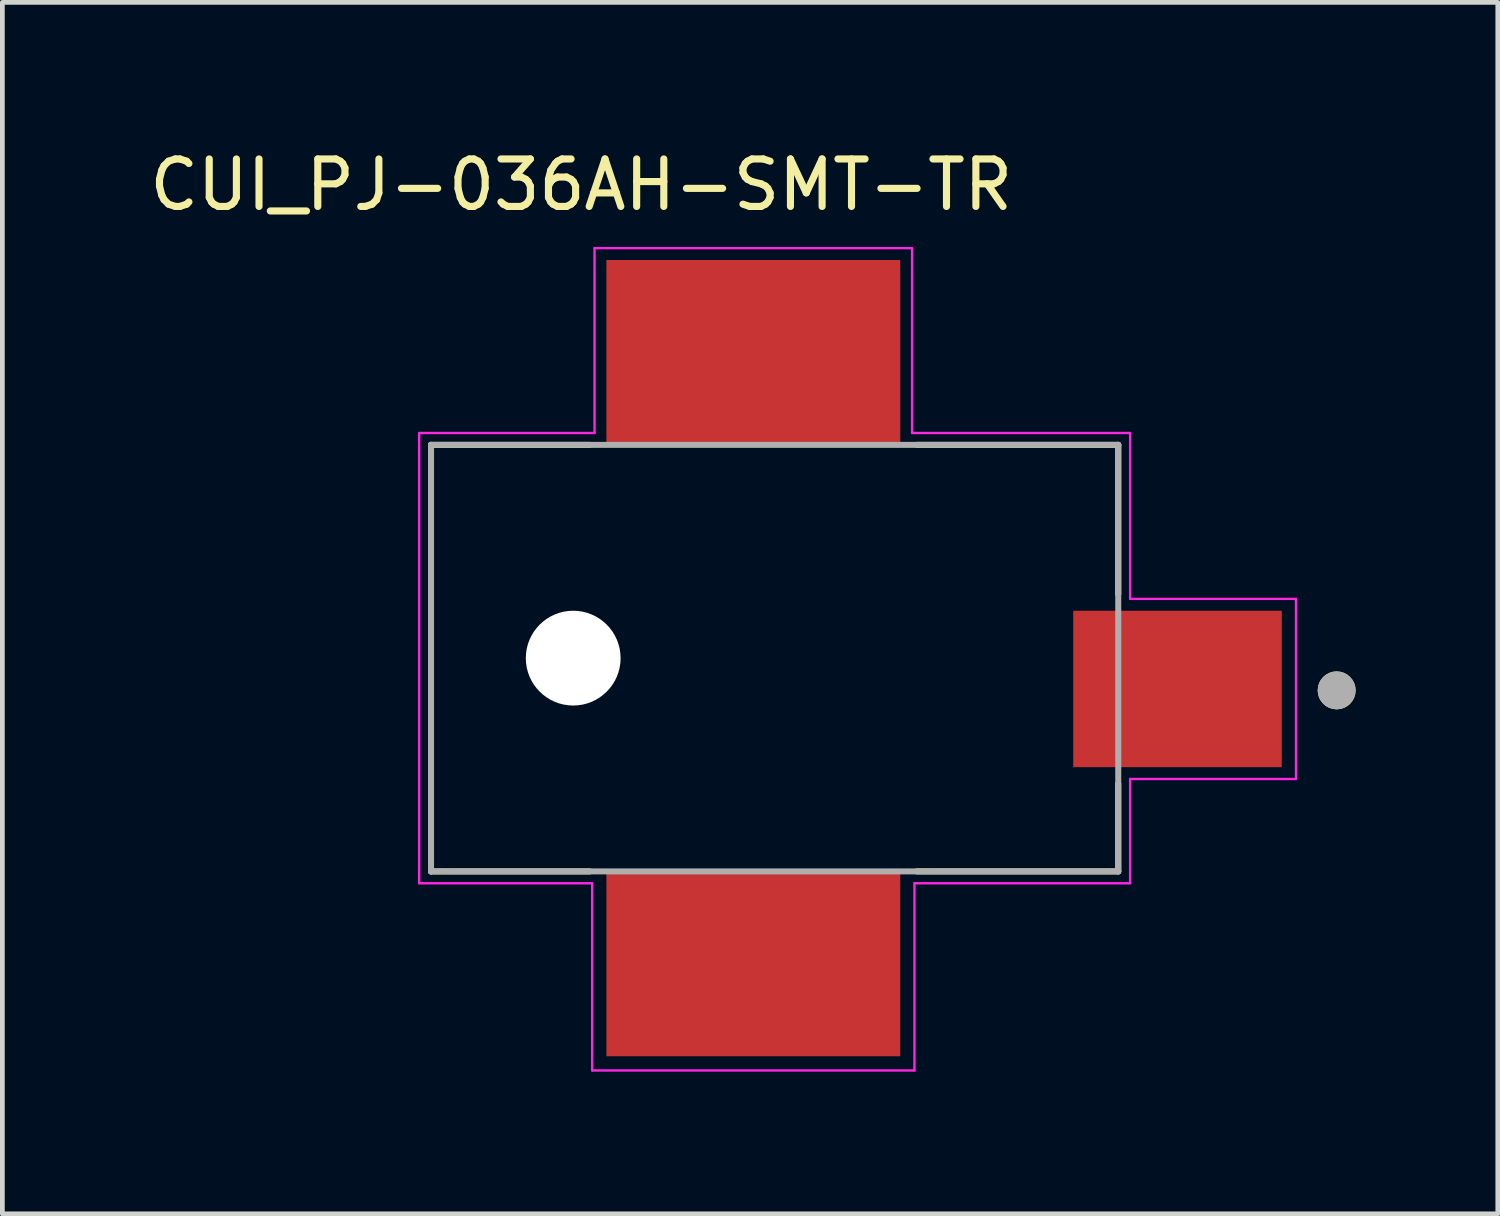
<source format=kicad_pcb>
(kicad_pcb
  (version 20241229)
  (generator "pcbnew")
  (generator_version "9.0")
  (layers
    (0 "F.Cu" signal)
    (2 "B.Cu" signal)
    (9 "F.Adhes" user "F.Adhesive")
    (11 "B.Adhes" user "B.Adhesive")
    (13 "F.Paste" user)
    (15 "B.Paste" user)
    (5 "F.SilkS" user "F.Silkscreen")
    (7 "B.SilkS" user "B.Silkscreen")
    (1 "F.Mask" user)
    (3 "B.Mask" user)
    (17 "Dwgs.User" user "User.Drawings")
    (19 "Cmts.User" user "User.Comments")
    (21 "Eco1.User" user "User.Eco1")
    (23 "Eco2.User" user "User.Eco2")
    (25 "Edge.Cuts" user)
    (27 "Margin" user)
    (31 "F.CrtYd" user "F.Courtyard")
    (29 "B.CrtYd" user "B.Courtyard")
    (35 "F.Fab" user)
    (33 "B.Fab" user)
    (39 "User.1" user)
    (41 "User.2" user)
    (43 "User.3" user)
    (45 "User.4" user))
  (footprint "CUI_PJ-036AH-SMT-TR"
    (layer "F.Cu")
    (at 21.794 11.486)
    (property "Reference" "CUI_PJ-036AH-SMT-TR" (at -12.58 -10.636 0) (layer "F.SilkS") (effects (font (size 1.002 1.002) (thickness 0.15))))
    (attr smd)
    (fp_line (start -15.75 -5.15) (end -15.75 3.85) (stroke (width 0.127) (type solid)) (layer "F.SilkS"))
    (fp_line (start -15.75 3.85) (end -12.4 3.85) (stroke (width 0.127) (type solid)) (layer "F.SilkS"))
    (fp_line (start -12.4 -5.15) (end -15.75 -5.15) (stroke (width 0.127) (type solid)) (layer "F.SilkS"))
    (fp_line (start -5.5 3.85) (end -1.25 3.85) (stroke (width 0.127) (type solid)) (layer "F.SilkS"))
    (fp_line (start -1.25 -5.15) (end -5.5 -5.15) (stroke (width 0.127) (type solid)) (layer "F.SilkS"))
    (fp_line (start -1.25 -2) (end -1.25 -5.15) (stroke (width 0.127) (type solid)) (layer "F.SilkS"))
    (fp_line (start -1.25 3.85) (end -1.25 2) (stroke (width 0.127) (type solid)) (layer "F.SilkS"))
    (fp_circle (center 3.358 0.03) (end 3.558 0.03) (stroke (width 0.4) (type solid)) (fill no) (layer "F.SilkS"))
    (fp_line (start -16 -5.4) (end -16 4.1) (stroke (width 0.05) (type solid)) (layer "F.CrtYd"))
    (fp_line (start -16 4.1) (end -12.35 4.1) (stroke (width 0.05) (type solid)) (layer "F.CrtYd"))
    (fp_line (start -12.35 4.1) (end -12.35 8.05) (stroke (width 0.05) (type solid)) (layer "F.CrtYd"))
    (fp_line (start -12.35 8.05) (end -5.55 8.05) (stroke (width 0.05) (type solid)) (layer "F.CrtYd"))
    (fp_line (start -12.3 -9.3) (end -5.6 -9.3) (stroke (width 0.05) (type solid)) (layer "F.CrtYd"))
    (fp_line (start -12.3 -5.4) (end -16 -5.4) (stroke (width 0.05) (type solid)) (layer "F.CrtYd"))
    (fp_line (start -12.3 -5.4) (end -12.3 -9.3) (stroke (width 0.05) (type solid)) (layer "F.CrtYd"))
    (fp_line (start -5.6 -9.3) (end -5.6 -5.4) (stroke (width 0.05) (type solid)) (layer "F.CrtYd"))
    (fp_line (start -5.55 4.1) (end -1 4.1) (stroke (width 0.05) (type solid)) (layer "F.CrtYd"))
    (fp_line (start -5.55 8.05) (end -5.55 4.1) (stroke (width 0.05) (type solid)) (layer "F.CrtYd"))
    (fp_line (start -1 -5.4) (end -5.6 -5.4) (stroke (width 0.05) (type solid)) (layer "F.CrtYd"))
    (fp_line (start -1 -1.9) (end -1 -5.4) (stroke (width 0.05) (type solid)) (layer "F.CrtYd"))
    (fp_line (start -1 -1.9) (end 2.5 -1.9) (stroke (width 0.05) (type solid)) (layer "F.CrtYd"))
    (fp_line (start -1 4.1) (end -1 1.9) (stroke (width 0.05) (type solid)) (layer "F.CrtYd"))
    (fp_line (start 2.5 -1.9) (end 2.5 1.9) (stroke (width 0.05) (type solid)) (layer "F.CrtYd"))
    (fp_line (start 2.5 1.9) (end -1 1.9) (stroke (width 0.05) (type solid)) (layer "F.CrtYd"))
    (fp_line (start -15.75 -5.15) (end -15.75 3.85) (stroke (width 0.127) (type solid)) (layer "F.Fab"))
    (fp_line (start -15.75 3.85) (end -1.25 3.85) (stroke (width 0.127) (type solid)) (layer "F.Fab"))
    (fp_line (start -1.25 -5.15) (end -15.75 -5.15) (stroke (width 0.127) (type solid)) (layer "F.Fab"))
    (fp_line (start -1.25 3.85) (end -1.25 -5.15) (stroke (width 0.127) (type solid)) (layer "F.Fab"))
    (fp_circle (center 3.358 0.03) (end 3.558 0.03) (stroke (width 0.4) (type solid)) (fill no) (layer "F.Fab"))
    (pad "" np_thru_hole circle (at -12.75 -0.65) (size 2 2) (drill 2) (layers "*.Cu" "*.Mask"))
    (pad "1" smd rect (at 0 0) (size 4.4 3.3) (layers "F.Cu" "F.Mask" "F.Paste"))
    (pad "2" smd rect (at -8.95 -7.1) (size 6.2 3.9) (layers "F.Cu" "F.Mask" "F.Paste"))
    (pad "3" smd rect (at -8.95 5.8) (size 6.2 3.9) (layers "F.Cu" "F.Mask" "F.Paste")))
  (gr_rect
    (start -3 -3)
    (end 28.552 22.561)
    (stroke (width 0.1) (type default))
    (fill no)
    (layer "Edge.Cuts")))
</source>
